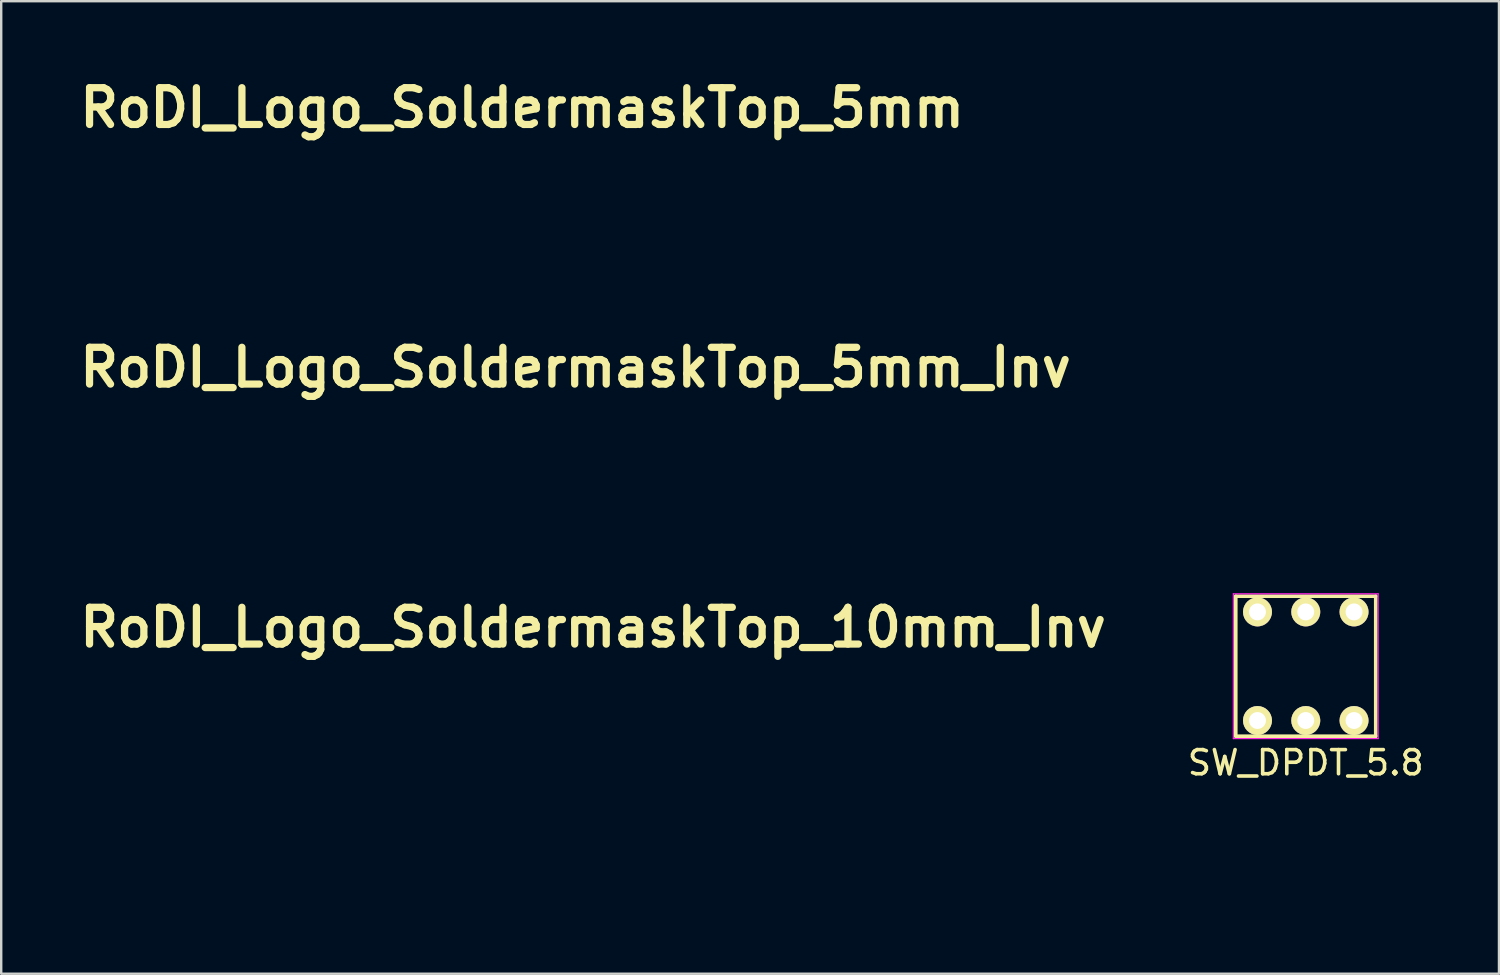
<source format=kicad_pcb>
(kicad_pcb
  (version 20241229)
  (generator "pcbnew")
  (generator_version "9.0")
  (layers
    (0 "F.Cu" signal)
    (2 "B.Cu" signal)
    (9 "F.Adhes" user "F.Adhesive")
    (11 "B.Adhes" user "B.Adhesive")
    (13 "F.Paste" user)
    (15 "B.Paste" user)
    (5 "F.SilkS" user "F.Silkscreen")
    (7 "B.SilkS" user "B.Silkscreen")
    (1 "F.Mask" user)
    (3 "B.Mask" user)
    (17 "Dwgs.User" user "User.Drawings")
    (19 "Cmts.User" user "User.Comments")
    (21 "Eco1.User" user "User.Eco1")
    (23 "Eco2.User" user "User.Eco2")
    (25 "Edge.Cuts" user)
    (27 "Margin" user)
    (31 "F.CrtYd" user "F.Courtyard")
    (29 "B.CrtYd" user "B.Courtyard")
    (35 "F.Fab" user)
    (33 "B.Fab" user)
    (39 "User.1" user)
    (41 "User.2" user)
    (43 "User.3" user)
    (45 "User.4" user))
  (footprint "RoDI_Logo_SoldermaskTop_10mm_Inv"
    (layer "F.Cu")
    (at 24.065 29.298)
    (property "Reference" "RoDI_Logo_SoldermaskTop_10mm_Inv" (at -2.54 -6.35 0) (layer "F.SilkS") (effects (font (size 1.524 1.524) (thickness 0.3))))
    (attr through_hole)
    (fp_poly (pts (xy 0.376 -1.487) (xy 0.736 -1.401) (xy 0.965 -1.253) (xy 1.07 -1.061) (xy 1.052 -0.842) (xy 0.916 -0.616) (xy 0.666 -0.401) (xy 0.305 -0.216) (xy -0.162 -0.078) (xy -0.414 -0.035) (xy -0.871 0.025) (xy -0.809 -0.686) (xy -0.778 -1.013) (xy -0.749 -1.267) (xy -0.727 -1.407) (xy -0.722 -1.422) (xy -0.632 -1.441) (xy -0.418 -1.465) (xy -0.127 -1.491) (xy -0.116 -1.491) (xy 0.376 -1.487)) (stroke (width 0.01) (type solid)) (fill yes) (layer "F.Mask"))
    (fp_poly (pts (xy 0.273 -3.102) (xy 0.741 -3.018) (xy 1.464 -2.768) (xy 2.062 -2.415) (xy 2.551 -1.945) (xy 2.951 -1.342) (xy 3.026 -1.196) (xy 3.14 -0.943) (xy 3.21 -0.714) (xy 3.246 -0.454) (xy 3.259 -0.104) (xy 3.26 0.085) (xy 3.253 0.495) (xy 3.226 0.794) (xy 3.169 1.039) (xy 3.072 1.289) (xy 3.033 1.373) (xy 2.656 1.992) (xy 2.165 2.51) (xy 1.584 2.912) (xy 0.938 3.186) (xy 0.252 3.318) (xy -0.451 3.295) (xy -0.479 3.291) (xy -1.164 3.128) (xy -1.74 2.868) (xy -2.245 2.49) (xy -2.357 2.383) (xy -2.722 1.958) (xy -1.659 1.958) (xy -1.608 2.075) (xy -1.605 2.079) (xy -1.417 2.19) (xy -1.197 2.161) (xy -1.064 2.068) (xy -0.979 1.905) (xy -0.937 1.617) (xy -0.931 1.39) (xy -0.931 0.844) (xy -0.487 1.067) (xy -0.184 1.234) (xy 0.175 1.453) (xy 0.497 1.666) (xy 0.771 1.842) (xy 1.006 1.966) (xy 1.157 2.015) (xy 1.173 2.014) (xy 1.335 1.911) (xy 1.412 1.717) (xy 1.404 1.49) (xy 1.31 1.286) (xy 1.18 1.181) (xy 1.043 1.117) (xy 0.806 1.008) (xy 0.551 0.891) (xy 0.044 0.659) (xy 0.551 0.426) (xy 0.981 0.194) (xy 1.282 -0.062) (xy 1.495 -0.381) (xy 1.561 -0.525) (xy 1.659 -0.941) (xy 1.592 -1.322) (xy 1.363 -1.662) (xy 0.974 -1.957) (xy 0.918 -1.989) (xy 0.69 -2.105) (xy 0.501 -2.171) (xy 0.291 -2.196) (xy 0.004 -2.19) (xy -0.225 -2.175) (xy -0.586 -2.138) (xy -0.908 -2.086) (xy -1.132 -2.028) (xy -1.165 -2.014) (xy -1.397 -1.903) (xy -1.449 -0.465) (xy -1.473 0.055) (xy -1.506 0.554) (xy -1.543 0.993) (xy -1.582 1.329) (xy -1.604 1.465) (xy -1.658 1.77) (xy -1.659 1.958) (xy -2.722 1.958) (xy -2.805 1.861) (xy -3.112 1.314) (xy -3.302 0.694) (xy -3.322 0.595) (xy -3.369 -0.085) (xy -3.264 -0.733) (xy -3.026 -1.334) (xy -2.67 -1.873) (xy -2.213 -2.334) (xy -1.674 -2.703) (xy -1.068 -2.964) (xy -0.414 -3.102) (xy 0.273 -3.102)) (stroke (width 0.01) (type solid)) (fill yes) (layer "F.Mask"))
    (fp_poly (pts (xy -3.01 -4.73) (xy -3.271 -4.542) (xy -3.586 -4.281) (xy -3.921 -3.98) (xy -4.243 -3.671) (xy -4.518 -3.384) (xy -4.713 -3.151) (xy -4.78 -3.048) (xy -4.856 -2.81) (xy -4.818 -2.664) (xy -4.695 -2.612) (xy -4.517 -2.657) (xy -4.316 -2.803) (xy -4.162 -2.986) (xy -3.879 -3.342) (xy -3.532 -3.694) (xy -3.174 -3.996) (xy -2.867 -4.194) (xy -2.527 -4.4) (xy -2.313 -4.606) (xy -2.241 -4.794) (xy -2.249 -4.841) (xy -2.254 -4.879) (xy -2.234 -4.909) (xy -2.174 -4.934) (xy -2.06 -4.954) (xy -1.877 -4.968) (xy -1.611 -4.979) (xy -1.246 -4.987) (xy -0.768 -4.991) (xy -0.163 -4.994) (xy 0.584 -4.995) (xy 1.349 -4.995) (xy 4.995 -4.995) (xy 4.995 -3.789) (xy 4.994 -3.318) (xy 4.989 -2.995) (xy 4.978 -2.799) (xy 4.956 -2.709) (xy 4.921 -2.705) (xy 4.871 -2.765) (xy 4.847 -2.799) (xy 4.227 -3.568) (xy 3.558 -4.183) (xy 3.216 -4.451) (xy 2.969 -4.617) (xy 2.789 -4.697) (xy 2.648 -4.706) (xy 2.582 -4.687) (xy 2.462 -4.578) (xy 2.482 -4.417) (xy 2.631 -4.23) (xy 2.804 -4.1) (xy 3.386 -3.658) (xy 3.926 -3.108) (xy 4.248 -2.688) (xy 4.461 -2.398) (xy 4.623 -2.245) (xy 4.756 -2.215) (xy 4.885 -2.295) (xy 4.894 -2.303) (xy 4.919 -2.293) (xy 4.94 -2.2) (xy 4.957 -2.012) (xy 4.971 -1.719) (xy 4.981 -1.309) (xy 4.988 -0.77) (xy 4.993 -0.091) (xy 4.995 0.739) (xy 4.995 1.295) (xy 4.995 4.995) (xy 2.507 4.995) (xy 2.883 4.753) (xy 3.249 4.492) (xy 3.622 4.18) (xy 3.978 3.844) (xy 4.293 3.509) (xy 4.541 3.201) (xy 4.698 2.946) (xy 4.741 2.795) (xy 4.672 2.638) (xy 4.6 2.589) (xy 4.495 2.603) (xy 4.331 2.715) (xy 4.092 2.938) (xy 3.806 3.236) (xy 3.487 3.559) (xy 3.149 3.868) (xy 2.842 4.12) (xy 2.68 4.233) (xy 2.367 4.446) (xy 2.195 4.611) (xy 2.148 4.75) (xy 2.21 4.879) (xy 2.213 4.908) (xy 2.16 4.931) (xy 2.038 4.95) (xy 1.833 4.965) (xy 1.533 4.977) (xy 1.123 4.985) (xy 0.591 4.991) (xy -0.078 4.994) (xy -0.895 4.995) (xy -1.344 4.995) (xy -4.995 4.995) (xy -4.995 2.856) (xy -4.812 3.1) (xy -4.313 3.678) (xy -3.724 4.217) (xy -3.429 4.442) (xy -3.064 4.689) (xy -2.802 4.83) (xy -2.62 4.873) (xy -2.495 4.827) (xy -2.466 4.796) (xy -2.406 4.617) (xy -2.51 4.432) (xy -2.777 4.245) (xy -2.826 4.22) (xy -3.019 4.092) (xy -3.292 3.869) (xy -3.608 3.584) (xy -3.933 3.265) (xy -3.948 3.249) (xy -4.309 2.889) (xy -4.574 2.651) (xy -4.754 2.526) (xy -4.858 2.506) (xy -4.891 2.507) (xy -4.918 2.473) (xy -4.94 2.391) (xy -4.958 2.245) (xy -4.971 2.023) (xy -4.981 1.709) (xy -4.988 1.289) (xy -4.992 0.75) (xy -4.994 0.084) (xy -4.423 0.084) (xy -4.351 0.932) (xy -4.132 1.699) (xy -3.761 2.396) (xy -3.234 3.034) (xy -3.158 3.109) (xy -2.496 3.641) (xy -1.761 4.038) (xy -0.979 4.292) (xy -0.172 4.396) (xy 0.635 4.345) (xy 0.977 4.272) (xy 1.725 4.026) (xy 2.363 3.69) (xy 2.939 3.238) (xy 3.109 3.075) (xy 3.661 2.41) (xy 4.06 1.692) (xy 4.306 0.939) (xy 4.399 0.167) (xy 4.338 -0.606) (xy 4.124 -1.363) (xy 3.756 -2.086) (xy 3.235 -2.758) (xy 3.116 -2.882) (xy 2.518 -3.38) (xy 1.839 -3.773) (xy 1.114 -4.049) (xy 0.378 -4.193) (xy -0.333 -4.193) (xy -0.339 -4.193) (xy -1.238 -4.017) (xy -2.046 -3.713) (xy -2.753 -3.291) (xy -3.348 -2.76) (xy -3.823 -2.132) (xy -4.166 -1.416) (xy -4.369 -0.624) (xy -4.423 0.084) (xy -4.994 0.084) (xy -4.994 0.077) (xy -4.995 -0.744) (xy -4.995 -1.219) (xy -4.995 -4.995) (xy -2.592 -4.995) (xy -3.01 -4.73)) (stroke (width 0.01) (type solid)) (fill yes) (layer "F.Mask")))
  (footprint "SW_DPDT_5.8"
    (layer "F.Cu")
    (at 51.055 24.555)
    (property "Reference" "SW_DPDT_5.8" (at 0 4 0) (layer "F.SilkS") (effects (font (size 1 1) (thickness 0.15))))
    (attr through_hole)
    (fp_line (start -2.9 -2.9) (end 2.9 -2.9) (stroke (width 0.15) (type solid)) (layer "F.SilkS"))
    (fp_line (start -2.9 2.9) (end -2.9 -2.9) (stroke (width 0.15) (type solid)) (layer "F.SilkS"))
    (fp_line (start 2.9 -2.9) (end 2.9 2.9) (stroke (width 0.15) (type solid)) (layer "F.SilkS"))
    (fp_line (start 2.9 2.9) (end -2.9 2.9) (stroke (width 0.15) (type solid)) (layer "F.SilkS"))
    (fp_line (start -3 -3) (end -3 3) (stroke (width 0.05) (type solid)) (layer "F.CrtYd"))
    (fp_line (start -3 3) (end 3 3) (stroke (width 0.05) (type solid)) (layer "F.CrtYd"))
    (fp_line (start 3 -3) (end -3 -3) (stroke (width 0.05) (type solid)) (layer "F.CrtYd"))
    (fp_line (start 3 3) (end 3 -3) (stroke (width 0.05) (type solid)) (layer "F.CrtYd"))
    (pad "1" thru_hole circle (at -2 -2.25) (size 1.2 1.2) (drill 0.7) (layers "*.Cu" "*.Mask" "F.SilkS"))
    (pad "2" thru_hole circle (at 0 -2.25) (size 1.2 1.2) (drill 0.7) (layers "*.Cu" "*.Mask" "F.SilkS"))
    (pad "3" thru_hole circle (at 2 -2.25) (size 1.2 1.2) (drill 0.7) (layers "*.Cu" "*.Mask" "F.SilkS"))
    (pad "4" thru_hole circle (at -2 2.25) (size 1.2 1.2) (drill 0.7) (layers "*.Cu" "*.Mask" "F.SilkS"))
    (pad "5" thru_hole circle (at 0 2.25) (size 1.2 1.2) (drill 0.7) (layers "*.Cu" "*.Mask" "F.SilkS"))
    (pad "6" thru_hole circle (at 2 2.25) (size 1.2 1.2) (drill 0.7) (layers "*.Cu" "*.Mask" "F.SilkS")))
  (footprint "RoDI_Logo_SoldermaskTop_5mm_Inv"
    (layer "F.Cu")
    (at 20.799 15.985)
    (property "Reference" "RoDI_Logo_SoldermaskTop_5mm_Inv" (at 0 -3.81 0) (layer "F.SilkS") (effects (font (size 1.524 1.524) (thickness 0.3))))
    (attr through_hole)
    (fp_poly (pts (xy 0.244 -0.665) (xy 0.436 -0.633) (xy 0.459 -0.626) (xy 0.58 -0.523) (xy 0.567 -0.384) (xy 0.445 -0.236) (xy 0.236 -0.107) (xy -0.032 -0.028) (xy -0.339 0.022) (xy -0.339 -0.677) (xy -0.007 -0.677) (xy 0.244 -0.665)) (stroke (width 0.01) (type solid)) (fill yes) (layer "F.Mask"))
    (fp_poly (pts (xy 0.489 -1.431) (xy 0.601 -1.394) (xy 1.04 -1.174) (xy 1.361 -0.852) (xy 1.533 -0.55) (xy 1.673 -0.072) (xy 1.644 0.403) (xy 1.533 0.72) (xy 1.243 1.167) (xy 0.858 1.478) (xy 0.391 1.648) (xy -0.143 1.67) (xy -0.467 1.615) (xy -0.898 1.432) (xy -1.238 1.13) (xy -1.453 0.779) (xy -0.729 0.779) (xy -0.727 1.012) (xy -0.714 1.109) (xy -0.618 1.166) (xy -0.515 1.096) (xy -0.44 0.935) (xy -0.423 0.795) (xy -0.406 0.603) (xy -0.363 0.51) (xy -0.356 0.508) (xy -0.254 0.55) (xy -0.056 0.66) (xy 0.171 0.798) (xy 0.46 0.967) (xy 0.64 1.034) (xy 0.733 0.999) (xy 0.762 0.864) (xy 0.762 0.841) (xy 0.692 0.695) (xy 0.472 0.561) (xy 0.412 0.536) (xy 0.062 0.396) (xy 0.367 0.24) (xy 0.667 0.02) (xy 0.825 -0.243) (xy 0.836 -0.522) (xy 0.691 -0.789) (xy 0.639 -0.843) (xy 0.362 -0.996) (xy -0.01 -1.048) (xy -0.43 -0.993) (xy -0.431 -0.992) (xy -0.525 -0.962) (xy -0.59 -0.908) (xy -0.632 -0.802) (xy -0.661 -0.612) (xy -0.684 -0.308) (xy -0.704 0.053) (xy -0.722 0.447) (xy -0.729 0.779) (xy -1.453 0.779) (xy -1.476 0.741) (xy -1.6 0.297) (xy -1.596 -0.17) (xy -1.451 -0.628) (xy -1.398 -0.725) (xy -1.154 -1.034) (xy -0.806 -1.274) (xy -0.747 -1.304) (xy -0.319 -1.473) (xy 0.07 -1.513) (xy 0.489 -1.431)) (stroke (width 0.01) (type solid)) (fill yes) (layer "F.Mask"))
    (fp_poly (pts (xy 2.54 -1.336) (xy 2.073 -1.811) (xy 1.83 -2.037) (xy 1.611 -2.205) (xy 1.457 -2.284) (xy 1.438 -2.286) (xy 1.301 -2.268) (xy 1.27 -2.243) (xy 1.328 -2.161) (xy 1.478 -1.999) (xy 1.689 -1.789) (xy 1.925 -1.562) (xy 2.153 -1.351) (xy 2.34 -1.188) (xy 2.452 -1.105) (xy 2.466 -1.101) (xy 2.487 -1.02) (xy 2.507 -0.795) (xy 2.523 -0.449) (xy 2.534 -0.007) (xy 2.539 0.507) (xy 2.54 0.72) (xy 2.54 2.54) (xy 1.33 2.54) (xy 1.717 2.245) (xy 2 2.004) (xy 2.222 1.771) (xy 2.361 1.571) (xy 2.396 1.433) (xy 2.371 1.397) (xy 2.277 1.428) (xy 2.1 1.549) (xy 1.873 1.731) (xy 1.632 1.942) (xy 1.411 2.152) (xy 1.244 2.331) (xy 1.165 2.448) (xy 1.164 2.466) (xy 1.09 2.488) (xy 0.87 2.507) (xy 0.528 2.523) (xy 0.088 2.534) (xy -0.427 2.54) (xy -0.635 2.54) (xy -2.455 2.54) (xy -2.455 1.485) (xy -2.2 1.795) (xy -1.977 2.026) (xy -1.718 2.236) (xy -1.473 2.391) (xy -1.289 2.455) (xy -1.281 2.455) (xy -1.196 2.387) (xy -1.185 2.328) (xy -1.234 2.216) (xy -1.276 2.201) (xy -1.377 2.146) (xy -1.561 2.001) (xy -1.795 1.793) (xy -1.855 1.736) (xy -2.089 1.526) (xy -2.277 1.38) (xy -2.387 1.323) (xy -2.399 1.327) (xy -2.415 1.263) (xy -2.429 1.052) (xy -2.441 0.718) (xy -2.449 0.34) (xy -2.169 0.34) (xy -2.024 0.864) (xy -1.751 1.344) (xy -1.368 1.744) (xy -1.002 1.981) (xy -0.572 2.13) (xy -0.075 2.202) (xy 0.419 2.192) (xy 0.844 2.098) (xy 0.882 2.083) (xy 1.243 1.87) (xy 1.603 1.558) (xy 1.904 1.201) (xy 2.055 0.941) (xy 2.179 0.512) (xy 2.216 0.026) (xy 2.164 -0.441) (xy 2.084 -0.695) (xy 1.783 -1.189) (xy 1.369 -1.583) (xy 0.872 -1.864) (xy 0.324 -2.018) (xy -0.246 -2.031) (xy -0.686 -1.934) (xy -1.197 -1.676) (xy -1.63 -1.291) (xy -1.957 -0.814) (xy -2.149 -0.279) (xy -2.165 -0.192) (xy -2.169 0.34) (xy -2.449 0.34) (xy -2.45 0.283) (xy -2.455 -0.23) (xy -2.455 -0.536) (xy -2.455 -2.455) (xy -1.841 -2.453) (xy -1.533 -2.447) (xy -1.373 -2.43) (xy -1.343 -2.397) (xy -1.397 -2.357) (xy -1.571 -2.235) (xy -1.789 -2.046) (xy -2.014 -1.828) (xy -2.21 -1.617) (xy -2.34 -1.45) (xy -2.371 -1.379) (xy -2.326 -1.277) (xy -2.202 -1.31) (xy -2.01 -1.472) (xy -1.883 -1.611) (xy -1.664 -1.836) (xy -1.439 -2.021) (xy -1.346 -2.079) (xy -1.176 -2.201) (xy -1.101 -2.325) (xy -1.101 -2.331) (xy -1.079 -2.372) (xy -1.002 -2.404) (xy -0.849 -2.426) (xy -0.6 -2.442) (xy -0.235 -2.45) (xy 0.264 -2.455) (xy 0.72 -2.455) (xy 2.54 -2.455) (xy 2.54 -1.336)) (stroke (width 0.01) (type solid)) (fill yes) (layer "F.Mask")))
  (footprint "RoDI_Logo_SoldermaskTop_5mm"
    (layer "F.Cu")
    (at 18.586 5.228)
    (property "Reference" "RoDI_Logo_SoldermaskTop_5mm" (at 0 -3.81 0) (layer "F.SilkS") (effects (font (size 1.524 1.524) (thickness 0.3))))
    (attr through_hole)
    (fp_poly (pts (xy 2.372 1.398) (xy 2.392 1.496) (xy 2.3 1.67) (xy 2.115 1.89) (xy 1.86 2.13) (xy 1.717 2.245) (xy 1.46 2.432) (xy 1.299 2.521) (xy 1.204 2.524) (xy 1.154 2.473) (xy 1.191 2.387) (xy 1.329 2.229) (xy 1.534 2.028) (xy 1.772 1.814) (xy 2.009 1.618) (xy 2.211 1.469) (xy 2.344 1.397) (xy 2.372 1.398)) (stroke (width 0.01) (type solid)) (fill yes) (layer "F.Mask"))
    (fp_poly (pts (xy -1.086 -2.406) (xy -1.122 -2.291) (xy -1.231 -2.159) (xy -1.346 -2.079) (xy -1.547 -1.938) (xy -1.779 -1.725) (xy -1.883 -1.611) (xy -2.106 -1.382) (xy -2.268 -1.278) (xy -2.358 -1.307) (xy -2.371 -1.379) (xy -2.307 -1.513) (xy -2.141 -1.709) (xy -1.911 -1.933) (xy -1.656 -2.151) (xy -1.412 -2.331) (xy -1.218 -2.439) (xy -1.149 -2.455) (xy -1.086 -2.406)) (stroke (width 0.01) (type solid)) (fill yes) (layer "F.Mask"))
    (fp_poly (pts (xy 1.573 -2.227) (xy 1.777 -2.075) (xy 2.013 -1.865) (xy 2.242 -1.635) (xy 2.427 -1.421) (xy 2.53 -1.259) (xy 2.54 -1.218) (xy 2.504 -1.121) (xy 2.391 -1.142) (xy 2.192 -1.286) (xy 1.901 -1.558) (xy 1.799 -1.66) (xy 1.564 -1.904) (xy 1.383 -2.101) (xy 1.282 -2.221) (xy 1.27 -2.242) (xy 1.341 -2.278) (xy 1.438 -2.286) (xy 1.573 -2.227)) (stroke (width 0.01) (type solid)) (fill yes) (layer "F.Mask"))
    (fp_poly (pts (xy -2.326 1.359) (xy -2.15 1.477) (xy -1.906 1.688) (xy -1.861 1.731) (xy -1.619 1.951) (xy -1.418 2.116) (xy -1.292 2.197) (xy -1.276 2.201) (xy -1.196 2.27) (xy -1.185 2.328) (xy -1.239 2.44) (xy -1.399 2.422) (xy -1.663 2.273) (xy -1.754 2.209) (xy -2.018 1.988) (xy -2.235 1.753) (xy -2.378 1.539) (xy -2.421 1.381) (xy -2.41 1.35) (xy -2.326 1.359)) (stroke (width 0.01) (type solid)) (fill yes) (layer "F.Mask"))
    (fp_poly (pts (xy 0.36 -0.997) (xy 0.638 -0.843) (xy 0.639 -0.843) (xy 0.818 -0.581) (xy 0.84 -0.303) (xy 0.713 -0.034) (xy 0.443 0.197) (xy 0.367 0.24) (xy 0.062 0.396) (xy 0.412 0.536) (xy 0.663 0.669) (xy 0.76 0.812) (xy 0.762 0.841) (xy 0.739 0.988) (xy 0.656 1.035) (xy 0.488 0.981) (xy 0.213 0.824) (xy 0.171 0.798) (xy -0.077 0.648) (xy -0.268 0.543) (xy -0.356 0.508) (xy -0.401 0.582) (xy -0.423 0.764) (xy -0.423 0.795) (xy -0.46 0.997) (xy -0.548 1.131) (xy -0.653 1.163) (xy -0.714 1.109) (xy -0.727 1.002) (xy -0.729 0.762) (xy -0.721 0.425) (xy -0.704 0.053) (xy -0.68 -0.368) (xy -0.657 -0.651) (xy -0.652 -0.677) (xy -0.339 -0.677) (xy -0.339 0.022) (xy -0.032 -0.028) (xy 0.221 -0.101) (xy 0.423 -0.212) (xy 0.434 -0.221) (xy 0.58 -0.406) (xy 0.566 -0.546) (xy 0.395 -0.638) (xy 0.072 -0.676) (xy -0.007 -0.677) (xy -0.339 -0.677) (xy -0.652 -0.677) (xy -0.626 -0.825) (xy -0.581 -0.92) (xy -0.512 -0.968) (xy -0.431 -0.992) (xy -0.012 -1.048) (xy 0.36 -0.997)) (stroke (width 0.01) (type solid)) (fill yes) (layer "F.Mask"))
    (fp_poly (pts (xy 0.445 -1.996) (xy 0.985 -1.814) (xy 1.467 -1.507) (xy 1.859 -1.09) (xy 2.084 -0.695) (xy 2.193 -0.281) (xy 2.212 0.201) (xy 2.144 0.675) (xy 2.055 0.941) (xy 1.835 1.294) (xy 1.514 1.645) (xy 1.148 1.937) (xy 0.882 2.083) (xy 0.468 2.186) (xy -0.022 2.205) (xy -0.521 2.141) (xy -0.962 2) (xy -1.002 1.981) (xy -1.458 1.668) (xy -1.819 1.247) (xy -2.066 0.755) (xy -2.181 0.226) (xy -2.18 0.194) (xy -1.61 0.194) (xy -1.514 0.646) (xy -1.301 1.049) (xy -0.982 1.374) (xy -0.57 1.586) (xy -0.467 1.615) (xy 0.105 1.681) (xy 0.601 1.597) (xy 0.997 1.382) (xy 1.332 1.046) (xy 1.572 0.633) (xy 1.685 0.189) (xy 1.69 0.085) (xy 1.628 -0.285) (xy 1.467 -0.676) (xy 1.242 -1.006) (xy 1.173 -1.077) (xy 0.89 -1.264) (xy 0.518 -1.419) (xy 0.136 -1.511) (xy -0.036 -1.524) (xy -0.41 -1.456) (xy -0.803 -1.275) (xy -1.154 -1.017) (xy -1.398 -0.725) (xy -1.576 -0.274) (xy -1.61 0.194) (xy -2.18 0.194) (xy -2.165 -0.192) (xy -1.997 -0.733) (xy -1.689 -1.222) (xy -1.27 -1.623) (xy -0.77 -1.903) (xy -0.686 -1.934) (xy -0.122 -2.041) (xy 0.445 -1.996)) (stroke (width 0.01) (type solid)) (fill yes) (layer "F.Mask")))
  (gr_rect
    (start -3 -3)
    (end 59.061 37.298)
    (stroke (width 0.1) (type default))
    (fill no)
    (layer "Edge.Cuts")))
</source>
